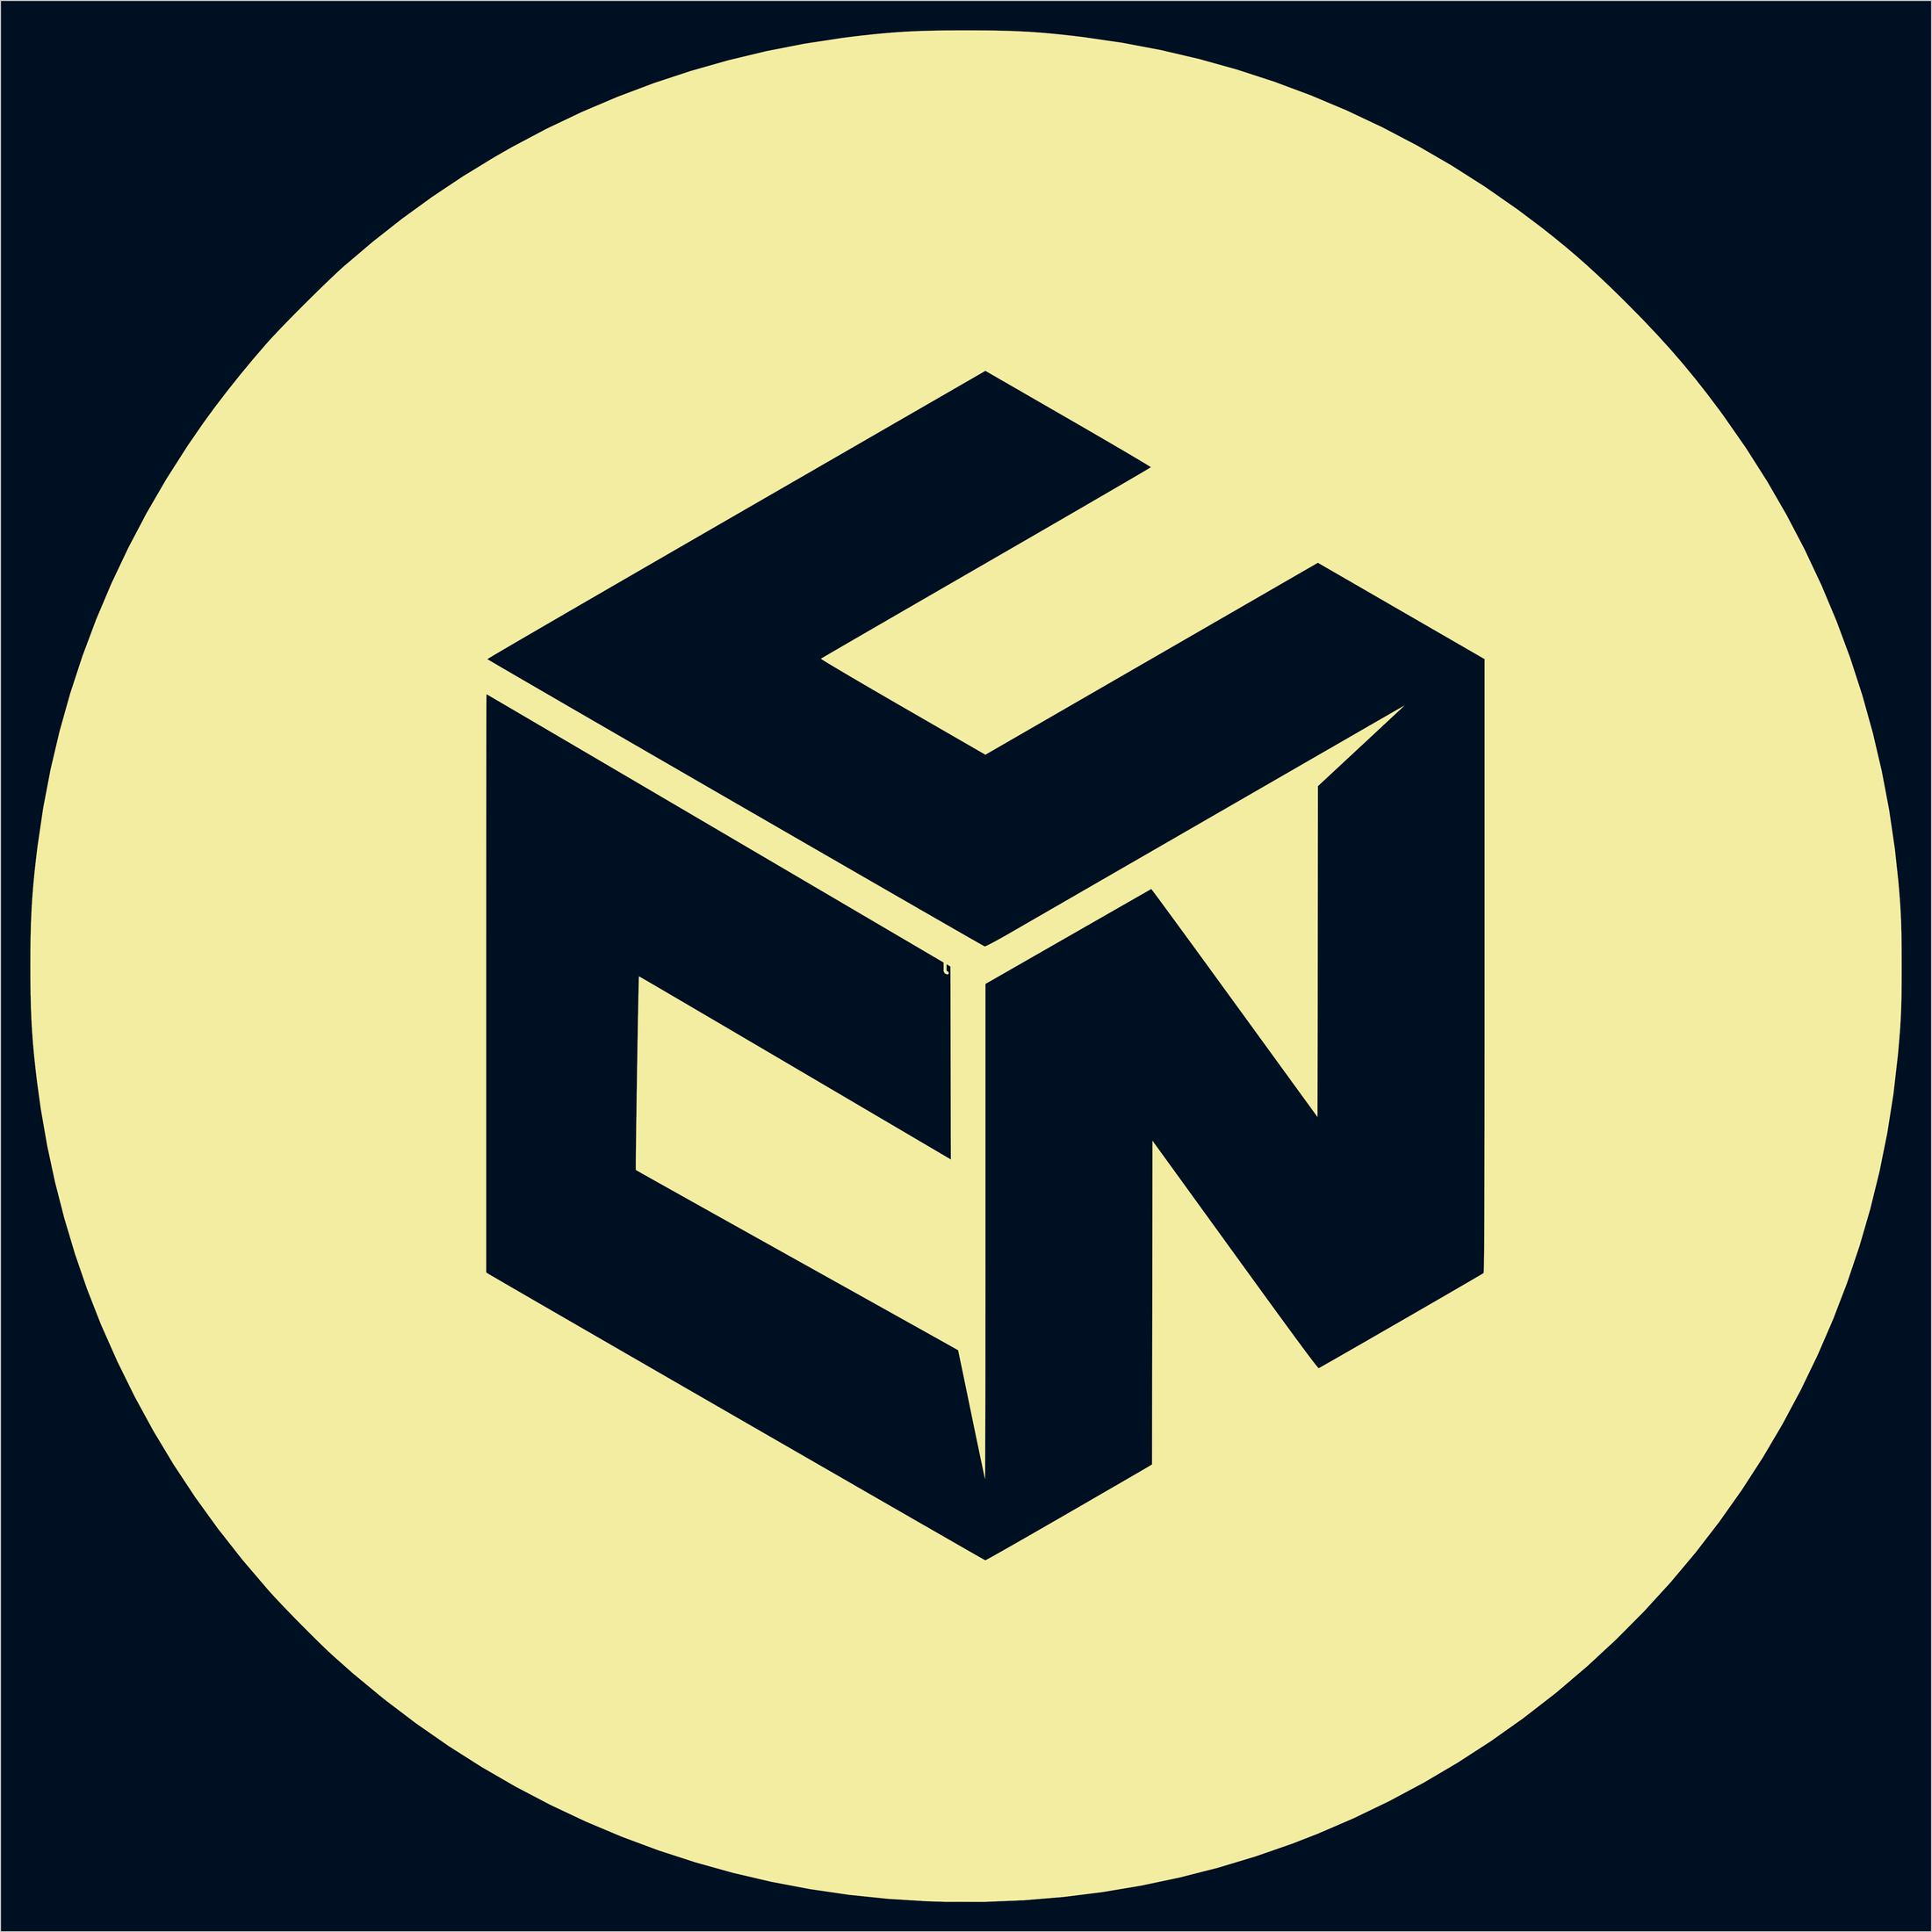
<source format=kicad_pcb>
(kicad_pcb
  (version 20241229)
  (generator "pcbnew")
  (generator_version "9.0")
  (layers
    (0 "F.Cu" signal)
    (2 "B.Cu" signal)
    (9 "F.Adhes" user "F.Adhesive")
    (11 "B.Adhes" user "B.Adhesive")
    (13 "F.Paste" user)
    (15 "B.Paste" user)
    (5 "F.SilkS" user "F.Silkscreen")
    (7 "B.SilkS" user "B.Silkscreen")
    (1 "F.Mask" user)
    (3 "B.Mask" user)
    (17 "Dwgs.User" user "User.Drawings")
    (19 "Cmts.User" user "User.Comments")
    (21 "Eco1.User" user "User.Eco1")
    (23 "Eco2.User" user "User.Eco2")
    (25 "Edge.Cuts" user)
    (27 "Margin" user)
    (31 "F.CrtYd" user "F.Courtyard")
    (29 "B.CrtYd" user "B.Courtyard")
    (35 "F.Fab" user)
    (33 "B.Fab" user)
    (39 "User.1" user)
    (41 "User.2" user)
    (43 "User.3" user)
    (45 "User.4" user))
  (footprint "logo"
    (layer "F.Cu")
    (at 94.108 94.111)
    (property "Reference" "logo" (at 0 0 0) (layer "F.SilkS") (effects (font (size 1.524 1.524) (thickness 0.3))))
    (attr through_hole)
    (fp_poly (pts (xy 1.49 -94.101) (xy 2.842 -94.085) (xy 4.085 -94.057) (xy 5.251 -94.014) (xy 6.37 -93.956) (xy 7.473 -93.879) (xy 8.59 -93.783) (xy 9.752 -93.666) (xy 10.989 -93.525) (xy 11.811 -93.425) (xy 15.731 -92.854) (xy 19.614 -92.118) (xy 23.455 -91.219) (xy 27.249 -90.16) (xy 30.994 -88.941) (xy 34.684 -87.565) (xy 38.316 -86.034) (xy 41.885 -84.348) (xy 45.388 -82.511) (xy 48.819 -80.522) (xy 52.176 -78.385) (xy 55.454 -76.101) (xy 57.785 -74.349) (xy 59.034 -73.366) (xy 60.212 -72.405) (xy 61.348 -71.444) (xy 62.468 -70.456) (xy 63.6 -69.418) (xy 64.772 -68.306) (xy 66.01 -67.094) (xy 66.512 -66.595) (xy 68.054 -65.029) (xy 69.479 -63.526) (xy 70.816 -62.054) (xy 72.09 -60.583) (xy 73.327 -59.082) (xy 74.553 -57.521) (xy 75.795 -55.869) (xy 76.16 -55.372) (xy 78.425 -52.123) (xy 80.547 -48.788) (xy 82.522 -45.371) (xy 84.35 -41.877) (xy 86.027 -38.312) (xy 87.553 -34.679) (xy 88.925 -30.985) (xy 90.142 -27.235) (xy 91.201 -23.432) (xy 92.101 -19.583) (xy 92.84 -15.692) (xy 93.416 -11.764) (xy 93.763 -8.551) (xy 93.846 -7.593) (xy 93.916 -6.711) (xy 93.972 -5.876) (xy 94.016 -5.057) (xy 94.05 -4.224) (xy 94.074 -3.346) (xy 94.09 -2.394) (xy 94.099 -1.336) (xy 94.102 -0.143) (xy 94.102 0) (xy 94.1 1.19) (xy 94.092 2.243) (xy 94.078 3.187) (xy 94.056 4.055) (xy 94.024 4.877) (xy 93.982 5.684) (xy 93.928 6.507) (xy 93.86 7.376) (xy 93.778 8.323) (xy 93.718 8.975) (xy 93.267 12.899) (xy 92.652 16.788) (xy 91.875 20.636) (xy 90.939 24.439) (xy 89.847 28.192) (xy 88.6 31.891) (xy 87.202 35.531) (xy 85.655 39.107) (xy 83.961 42.616) (xy 82.123 46.052) (xy 80.143 49.411) (xy 78.023 52.689) (xy 75.767 55.88) (xy 73.376 58.981) (xy 70.853 61.986) (xy 68.2 64.891) (xy 65.42 67.692) (xy 62.516 70.384) (xy 59.49 72.962) (xy 59.14 73.246) (xy 56.015 75.665) (xy 52.786 77.952) (xy 49.463 80.104) (xy 46.052 82.116) (xy 42.562 83.982) (xy 39.001 85.699) (xy 35.378 87.262) (xy 32.808 88.262) (xy 29.091 89.554) (xy 25.317 90.689) (xy 21.493 91.664) (xy 17.627 92.479) (xy 13.725 93.133) (xy 9.795 93.625) (xy 5.843 93.952) (xy 1.877 94.115) (xy -2.097 94.113) (xy -3.852 94.058) (xy -7.84 93.814) (xy -11.795 93.405) (xy -15.712 92.832) (xy -19.589 92.097) (xy -23.422 91.201) (xy -27.208 90.146) (xy -30.941 88.933) (xy -34.619 87.565) (xy -38.239 86.041) (xy -41.795 84.365) (xy -45.286 82.537) (xy -48.706 80.559) (xy -52.052 78.433) (xy -55.321 76.159) (xy -58.509 73.741) (xy -61.612 71.178) (xy -63.582 69.436) (xy -64.102 68.953) (xy -64.713 68.369) (xy -65.392 67.707) (xy -66.114 66.99) (xy -66.858 66.242) (xy -67.6 65.487) (xy -68.316 64.749) (xy -68.984 64.05) (xy -69.579 63.415) (xy -70.079 62.867) (xy -70.145 62.792) (xy -72.762 59.727) (xy -75.223 56.599) (xy -77.533 53.402) (xy -79.696 50.13) (xy -81.715 46.775) (xy -83.595 43.33) (xy -85.341 39.791) (xy -86.956 36.148) (xy -87.075 35.862) (xy -88.408 32.456) (xy -89.612 28.953) (xy -90.684 25.372) (xy -91.619 21.733) (xy -92.41 18.056) (xy -93.053 14.36) (xy -93.424 11.684) (xy -93.588 10.299) (xy -93.725 9.008) (xy -93.838 7.779) (xy -93.927 6.578) (xy -93.996 5.372) (xy -94.046 4.126) (xy -94.079 2.808) (xy -94.093 1.734) (xy -48.26 1.734) (xy -48.26 30.815) (xy -48.069 30.939) (xy -47.952 31.01) (xy -47.696 31.161) (xy -47.308 31.388) (xy -46.795 31.686) (xy -46.163 32.054) (xy -45.418 32.485) (xy -44.568 32.978) (xy -43.619 33.528) (xy -42.576 34.131) (xy -41.447 34.784) (xy -40.239 35.482) (xy -38.957 36.223) (xy -37.608 37.002) (xy -36.199 37.816) (xy -34.737 38.661) (xy -33.226 39.533) (xy -31.675 40.428) (xy -30.09 41.343) (xy -28.477 42.274) (xy -26.842 43.217) (xy -25.193 44.168) (xy -23.535 45.124) (xy -21.876 46.081) (xy -20.221 47.035) (xy -18.578 47.982) (xy -16.952 48.919) (xy -15.35 49.842) (xy -13.779 50.747) (xy -12.245 51.63) (xy -10.755 52.489) (xy -9.315 53.318) (xy -7.932 54.114) (xy -6.612 54.873) (xy -5.361 55.593) (xy -4.187 56.268) (xy -3.095 56.895) (xy -2.093 57.471) (xy -1.186 57.992) (xy -0.382 58.453) (xy 0.314 58.852) (xy 0.895 59.184) (xy 1.354 59.445) (xy 1.685 59.633) (xy 1.881 59.743) (xy 1.936 59.772) (xy 2.024 59.731) (xy 2.248 59.61) (xy 2.6 59.416) (xy 3.07 59.152) (xy 3.647 58.826) (xy 4.324 58.441) (xy 5.09 58.005) (xy 5.935 57.522) (xy 6.85 56.997) (xy 7.826 56.436) (xy 8.853 55.845) (xy 9.921 55.229) (xy 10.064 55.146) (xy 11.143 54.523) (xy 12.184 53.921) (xy 13.178 53.345) (xy 14.116 52.803) (xy 14.987 52.299) (xy 15.782 51.838) (xy 16.49 51.428) (xy 17.102 51.073) (xy 17.608 50.779) (xy 17.997 50.552) (xy 18.261 50.397) (xy 18.389 50.322) (xy 18.394 50.319) (xy 18.711 50.121) (xy 18.754 17.574) (xy 27.045 29.028) (xy 28.207 30.633) (xy 29.273 32.102) (xy 30.245 33.441) (xy 31.126 34.651) (xy 31.918 35.737) (xy 32.623 36.701) (xy 33.244 37.546) (xy 33.784 38.277) (xy 34.244 38.896) (xy 34.627 39.406) (xy 34.936 39.811) (xy 35.172 40.114) (xy 35.339 40.318) (xy 35.438 40.426) (xy 35.47 40.447) (xy 35.557 40.401) (xy 35.779 40.277) (xy 36.126 40.081) (xy 36.584 39.82) (xy 37.144 39.501) (xy 37.793 39.129) (xy 38.52 38.712) (xy 39.314 38.256) (xy 40.164 37.768) (xy 41.057 37.253) (xy 41.983 36.72) (xy 42.931 36.174) (xy 43.888 35.622) (xy 44.844 35.07) (xy 45.786 34.526) (xy 46.705 33.995) (xy 47.588 33.484) (xy 48.424 33) (xy 49.201 32.55) (xy 49.908 32.139) (xy 50.535 31.775) (xy 51.068 31.464) (xy 51.498 31.212) (xy 51.812 31.027) (xy 51.999 30.914) (xy 52.049 30.883) (xy 52.058 30.845) (xy 52.068 30.746) (xy 52.076 30.58) (xy 52.084 30.343) (xy 52.092 30.031) (xy 52.099 29.64) (xy 52.105 29.165) (xy 52.111 28.601) (xy 52.117 27.945) (xy 52.122 27.191) (xy 52.126 26.336) (xy 52.131 25.376) (xy 52.134 24.305) (xy 52.138 23.119) (xy 52.141 21.814) (xy 52.144 20.386) (xy 52.146 18.829) (xy 52.148 17.141) (xy 52.15 15.316) (xy 52.151 13.35) (xy 52.152 11.239) (xy 52.153 8.977) (xy 52.154 6.562) (xy 52.154 3.988) (xy 52.155 1.251) (xy 52.155 -0.038) (xy 52.155 -30.874) (xy 35.386 -40.564) (xy 18.666 -30.912) (xy 1.947 -21.26) (xy -6.355 -26.052) (xy -7.444 -26.681) (xy -8.491 -27.288) (xy -9.485 -27.866) (xy -10.418 -28.411) (xy -11.281 -28.916) (xy -12.064 -29.377) (xy -12.758 -29.788) (xy -13.355 -30.143) (xy -13.845 -30.438) (xy -14.219 -30.666) (xy -14.467 -30.823) (xy -14.581 -30.903) (xy -14.588 -30.912) (xy -14.509 -30.96) (xy -14.29 -31.089) (xy -13.938 -31.295) (xy -13.458 -31.575) (xy -12.859 -31.923) (xy -12.145 -32.338) (xy -11.325 -32.814) (xy -10.403 -33.348) (xy -9.388 -33.936) (xy -8.285 -34.575) (xy -7.101 -35.26) (xy -5.843 -35.988) (xy -4.516 -36.755) (xy -3.129 -37.557) (xy -1.687 -38.391) (xy -0.197 -39.252) (xy 1.334 -40.137) (xy 2.028 -40.537) (xy 3.575 -41.431) (xy 5.084 -42.303) (xy 6.547 -43.149) (xy 7.957 -43.966) (xy 9.31 -44.749) (xy 10.597 -45.495) (xy 11.812 -46.2) (xy 12.949 -46.861) (xy 14.001 -47.473) (xy 14.962 -48.032) (xy 15.825 -48.535) (xy 16.584 -48.978) (xy 17.232 -49.357) (xy 17.762 -49.669) (xy 18.167 -49.909) (xy 18.443 -50.074) (xy 18.581 -50.16) (xy 18.596 -50.171) (xy 18.527 -50.223) (xy 18.321 -50.354) (xy 17.986 -50.558) (xy 17.531 -50.83) (xy 16.967 -51.165) (xy 16.302 -51.558) (xy 15.545 -52.002) (xy 14.705 -52.493) (xy 13.793 -53.025) (xy 12.816 -53.593) (xy 11.784 -54.191) (xy 10.707 -54.814) (xy 10.282 -55.059) (xy 1.946 -59.868) (xy -23.11 -45.407) (xy -25.018 -44.305) (xy -26.888 -43.225) (xy -28.714 -42.17) (xy -30.492 -41.142) (xy -32.216 -40.145) (xy -33.881 -39.182) (xy -35.481 -38.256) (xy -37.011 -37.369) (xy -38.466 -36.526) (xy -39.841 -35.728) (xy -41.129 -34.98) (xy -42.327 -34.284) (xy -43.428 -33.644) (xy -44.428 -33.062) (xy -45.32 -32.541) (xy -46.1 -32.085) (xy -46.763 -31.697) (xy -47.302 -31.379) (xy -47.713 -31.135) (xy -47.991 -30.969) (xy -48.13 -30.882) (xy -48.146 -30.869) (xy -48.072 -30.822) (xy -47.858 -30.694) (xy -47.51 -30.489) (xy -47.035 -30.211) (xy -46.439 -29.863) (xy -45.729 -29.449) (xy -44.912 -28.974) (xy -43.993 -28.44) (xy -42.979 -27.851) (xy -41.877 -27.212) (xy -40.693 -26.525) (xy -39.434 -25.795) (xy -38.106 -25.026) (xy -36.715 -24.221) (xy -35.269 -23.384) (xy -33.774 -22.519) (xy -32.236 -21.629) (xy -30.661 -20.718) (xy -29.056 -19.79) (xy -27.429 -18.849) (xy -25.784 -17.898) (xy -24.129 -16.942) (xy -22.47 -15.983) (xy -20.813 -15.027) (xy -19.166 -14.075) (xy -17.534 -13.133) (xy -15.925 -12.204) (xy -14.343 -11.292) (xy -12.797 -10.4) (xy -11.293 -9.532) (xy -9.837 -8.692) (xy -8.435 -7.884) (xy -7.094 -7.111) (xy -5.82 -6.378) (xy -4.621 -5.687) (xy -3.502 -5.044) (xy -2.47 -4.45) (xy -1.532 -3.911) (xy -0.694 -3.43) (xy 0.038 -3.011) (xy 0.657 -2.657) (xy 1.157 -2.372) (xy 1.53 -2.161) (xy 1.771 -2.026) (xy 1.874 -1.971) (xy 1.876 -1.97) (xy 1.982 -2.002) (xy 2.218 -2.112) (xy 2.568 -2.29) (xy 3.014 -2.529) (xy 3.542 -2.821) (xy 4.134 -3.155) (xy 4.501 -3.366) (xy 6.581 -4.567) (xy 8.657 -5.765) (xy 10.723 -6.957) (xy 12.773 -8.141) (xy 14.802 -9.312) (xy 16.806 -10.468) (xy 18.778 -11.606) (xy 20.714 -12.723) (xy 22.608 -13.816) (xy 24.455 -14.882) (xy 26.25 -15.917) (xy 27.987 -16.919) (xy 29.662 -17.885) (xy 31.268 -18.812) (xy 32.802 -19.697) (xy 34.257 -20.536) (xy 35.628 -21.327) (xy 36.911 -22.066) (xy 38.099 -22.751) (xy 39.187 -23.379) (xy 40.172 -23.946) (xy 41.046 -24.45) (xy 41.805 -24.887) (xy 42.443 -25.255) (xy 42.956 -25.55) (xy 43.338 -25.77) (xy 43.584 -25.911) (xy 43.688 -25.97) (xy 44.069 -26.179) (xy 43.773 -25.9) (xy 43.66 -25.795) (xy 43.435 -25.584) (xy 43.108 -25.28) (xy 42.691 -24.892) (xy 42.196 -24.43) (xy 41.633 -23.906) (xy 41.014 -23.33) (xy 40.35 -22.712) (xy 39.652 -22.063) (xy 39.434 -21.86) (xy 35.391 -18.098) (xy 35.37 -1.461) (xy 35.348 15.175) (xy 27.012 3.699) (xy 26.109 2.456) (xy 25.233 1.251) (xy 24.389 0.091) (xy 23.581 -1.017) (xy 22.817 -2.066) (xy 22.099 -3.049) (xy 21.434 -3.959) (xy 20.827 -4.788) (xy 20.283 -5.531) (xy 19.807 -6.179) (xy 19.404 -6.725) (xy 19.08 -7.163) (xy 18.84 -7.485) (xy 18.688 -7.685) (xy 18.631 -7.755) (xy 18.63 -7.755) (xy 18.552 -7.711) (xy 18.337 -7.587) (xy 17.993 -7.391) (xy 17.53 -7.126) (xy 16.957 -6.798) (xy 16.284 -6.413) (xy 15.52 -5.976) (xy 14.674 -5.492) (xy 13.756 -4.966) (xy 12.774 -4.404) (xy 11.739 -3.811) (xy 10.659 -3.193) (xy 10.266 -2.968) (xy 1.947 1.797) (xy 1.947 26.694) (xy 1.947 28.735) (xy 1.947 30.732) (xy 1.946 32.678) (xy 1.945 34.566) (xy 1.944 36.39) (xy 1.943 38.143) (xy 1.942 39.819) (xy 1.94 41.411) (xy 1.939 42.912) (xy 1.937 44.315) (xy 1.935 45.615) (xy 1.932 46.805) (xy 1.93 47.877) (xy 1.928 48.826) (xy 1.925 49.645) (xy 1.922 50.326) (xy 1.92 50.865) (xy 1.917 51.253) (xy 1.914 51.485) (xy 1.911 51.554) (xy 1.889 51.467) (xy 1.835 51.227) (xy 1.752 50.847) (xy 1.644 50.339) (xy 1.512 49.716) (xy 1.359 48.99) (xy 1.189 48.175) (xy 1.003 47.283) (xy 0.804 46.327) (xy 0.596 45.319) (xy 0.547 45.084) (xy 0.337 44.067) (xy 0.137 43.099) (xy -0.051 42.192) (xy -0.223 41.36) (xy -0.378 40.616) (xy -0.512 39.97) (xy -0.623 39.438) (xy -0.709 39.03) (xy -0.766 38.759) (xy -0.793 38.639) (xy -0.794 38.634) (xy -0.868 38.592) (xy -1.084 38.471) (xy -1.433 38.275) (xy -1.911 38.008) (xy -2.509 37.673) (xy -3.222 37.275) (xy -4.043 36.816) (xy -4.964 36.301) (xy -5.98 35.734) (xy -7.084 35.117) (xy -8.268 34.456) (xy -9.526 33.753) (xy -10.852 33.012) (xy -12.239 32.238) (xy -13.679 31.434) (xy -15.167 30.603) (xy -16.696 29.75) (xy -16.976 29.593) (xy -18.512 28.736) (xy -20.009 27.9) (xy -21.461 27.089) (xy -22.859 26.307) (xy -24.199 25.559) (xy -25.472 24.847) (xy -26.673 24.175) (xy -27.794 23.548) (xy -28.829 22.968) (xy -29.771 22.44) (xy -30.614 21.968) (xy -31.35 21.555) (xy -31.973 21.205) (xy -32.477 20.921) (xy -32.854 20.709) (xy -33.097 20.57) (xy -33.201 20.51) (xy -33.204 20.507) (xy -33.208 20.419) (xy -33.209 20.175) (xy -33.208 19.787) (xy -33.204 19.268) (xy -33.197 18.632) (xy -33.189 17.892) (xy -33.178 17.06) (xy -33.166 16.149) (xy -33.152 15.172) (xy -33.137 14.142) (xy -33.121 13.073) (xy -33.104 11.976) (xy -33.087 10.866) (xy -33.069 9.754) (xy -33.051 8.654) (xy -33.033 7.579) (xy -33.014 6.542) (xy -32.997 5.556) (xy -32.98 4.633) (xy -32.963 3.786) (xy -32.948 3.029) (xy -32.934 2.375) (xy -32.921 1.836) (xy -32.91 1.425) (xy -32.901 1.155) (xy -32.894 1.04) (xy -32.893 1.037) (xy -32.819 1.077) (xy -32.607 1.199) (xy -32.262 1.399) (xy -31.791 1.674) (xy -31.2 2.018) (xy -30.498 2.429) (xy -29.689 2.903) (xy -28.781 3.435) (xy -27.78 4.021) (xy -26.694 4.659) (xy -25.528 5.343) (xy -24.29 6.07) (xy -22.986 6.836) (xy -21.623 7.637) (xy -20.207 8.469) (xy -18.746 9.328) (xy -17.245 10.211) (xy -17.2 10.237) (xy -1.523 19.459) (xy -1.545 9.753) (xy -1.566 0.046) (xy -24.885 -13.651) (xy -26.721 -14.729) (xy -28.519 -15.785) (xy -30.274 -16.816) (xy -31.98 -17.818) (xy -33.632 -18.788) (xy -35.225 -19.722) (xy -36.752 -20.619) (xy -38.209 -21.474) (xy -39.589 -22.284) (xy -40.888 -23.046) (xy -42.1 -23.757) (xy -43.22 -24.414) (xy -44.241 -25.013) (xy -45.159 -25.551) (xy -45.968 -26.025) (xy -46.663 -26.432) (xy -47.238 -26.768) (xy -47.687 -27.031) (xy -48.005 -27.217) (xy -48.188 -27.323) (xy -48.231 -27.347) (xy -48.234 -27.264) (xy -48.236 -27.017) (xy -48.238 -26.613) (xy -48.24 -26.058) (xy -48.242 -25.358) (xy -48.244 -24.52) (xy -48.246 -23.548) (xy -48.247 -22.451) (xy -48.249 -21.232) (xy -48.25 -19.9) (xy -48.252 -18.459) (xy -48.253 -16.917) (xy -48.255 -15.278) (xy -48.256 -13.55) (xy -48.257 -11.738) (xy -48.258 -9.848) (xy -48.258 -7.887) (xy -48.259 -5.86) (xy -48.259 -3.775) (xy -48.26 -1.636) (xy -48.26 0.55) (xy -48.26 1.734) (xy -94.093 1.734) (xy -94.098 1.384) (xy -94.103 0) (xy -94.096 -1.577) (xy -94.076 -3.02) (xy -94.039 -4.362) (xy -93.983 -5.638) (xy -93.907 -6.882) (xy -93.809 -8.129) (xy -93.685 -9.413) (xy -93.535 -10.768) (xy -93.384 -12.014) (xy -92.807 -15.92) (xy -92.065 -19.793) (xy -91.16 -23.627) (xy -90.094 -27.418) (xy -88.868 -31.162) (xy -87.485 -34.852) (xy -85.947 -38.485) (xy -84.254 -42.055) (xy -82.41 -45.558) (xy -80.416 -48.99) (xy -78.274 -52.344) (xy -76.651 -54.695) (xy -75.533 -56.223) (xy -74.315 -57.814) (xy -73.031 -59.426) (xy -71.714 -61.018) (xy -70.398 -62.546) (xy -70.153 -62.823) (xy -69.756 -63.259) (xy -69.255 -63.792) (xy -68.669 -64.402) (xy -68.018 -65.071) (xy -67.32 -65.778) (xy -66.595 -66.505) (xy -65.863 -67.233) (xy -65.142 -67.942) (xy -64.452 -68.613) (xy -63.811 -69.228) (xy -63.24 -69.767) (xy -62.757 -70.211) (xy -62.569 -70.378) (xy -59.655 -72.851) (xy -56.707 -75.169) (xy -53.706 -77.346) (xy -50.633 -79.397) (xy -47.466 -81.335) (xy -45.635 -82.381) (xy -42.196 -84.204) (xy -38.671 -85.882) (xy -35.071 -87.414) (xy -31.404 -88.795) (xy -27.678 -90.024) (xy -23.903 -91.097) (xy -20.088 -92.012) (xy -16.24 -92.765) (xy -12.37 -93.354) (xy -11.811 -93.425) (xy -10.512 -93.581) (xy -9.307 -93.713) (xy -8.165 -93.822) (xy -7.057 -93.91) (xy -5.952 -93.98) (xy -4.818 -94.032) (xy -3.627 -94.069) (xy -2.346 -94.092) (xy -0.946 -94.104) (xy 0 -94.106) (xy 1.49 -94.101)) (stroke (width 0.01) (type solid)) (fill yes) (layer "F.SilkS")))
  (gr_rect
    (start -3 -3)
    (end 191.215 191.231)
    (stroke (width 0.1) (type default))
    (fill no)
    (layer "Edge.Cuts")))
</source>
